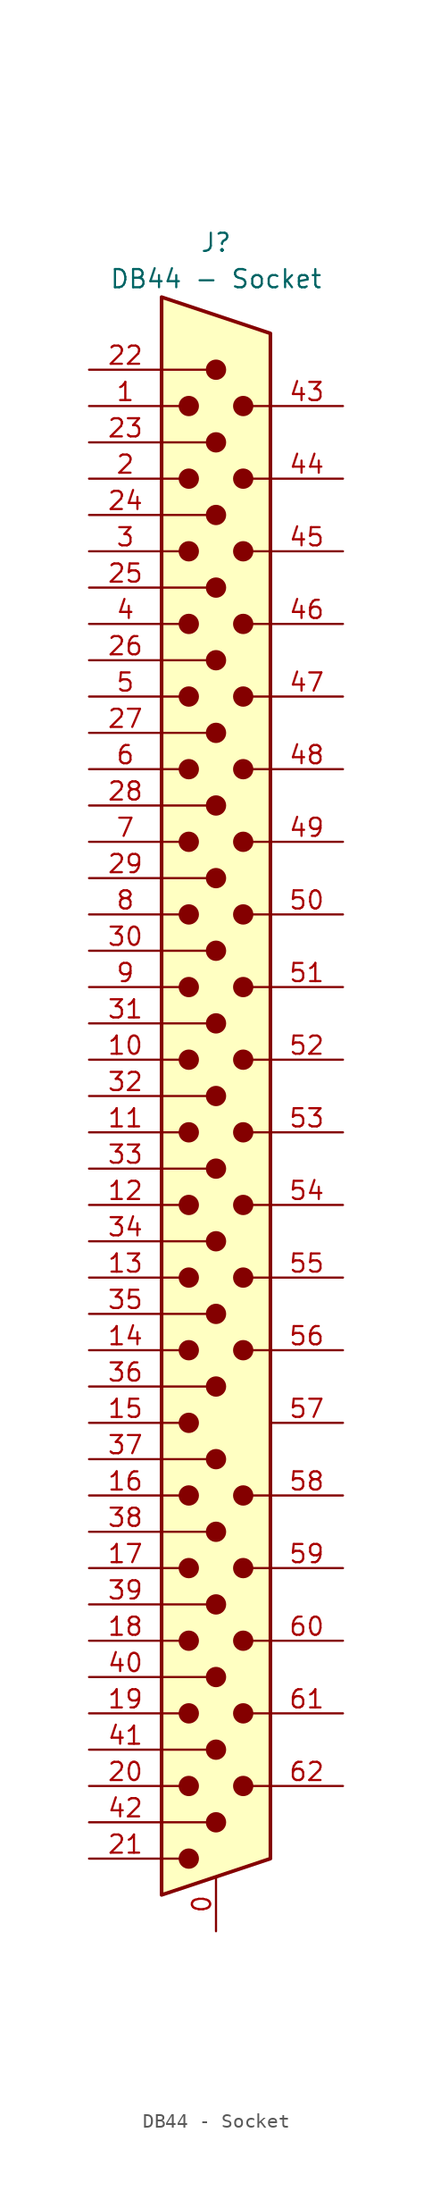
<source format=kicad_sym>
(kicad_symbol_lib
  (version 20211014)
  (generator kicad_symbol_editor)
  (symbol "DB44 - Socket"
    (pin_names
      (offset 1.016) hide)
    (property "Reference" "J"
      (at 0 39.37 0)
      (effects (font (size 1.27 1.27))))
    (property "Value" "DB44 - Socket"
      (at 0 36.83 0)
      (effects (font (size 1.27 1.27))))
    (symbol "DB44 - Socket_0_1"
      (circle (center -1.905 -73.66) (radius 0.635) (stroke (width 0) (type default) (color 0 0 0 0)) (fill (type outline)))
      (circle (center -1.905 -68.58) (radius 0.635) (stroke (width 0) (type default) (color 0 0 0 0)) (fill (type outline)))
      (circle (center -1.905 -63.5) (radius 0.635) (stroke (width 0) (type default) (color 0 0 0 0)) (fill (type outline)))
      (circle (center -1.905 -58.42) (radius 0.635) (stroke (width 0) (type default) (color 0 0 0 0)) (fill (type outline)))
      (circle (center -1.905 -53.34) (radius 0.635) (stroke (width 0) (type default) (color 0 0 0 0)) (fill (type outline)))
      (circle (center -1.905 -48.26) (radius 0.635) (stroke (width 0) (type default) (color 0 0 0 0)) (fill (type outline)))
      (circle (center -1.905 -43.18) (radius 0.635) (stroke (width 0) (type default) (color 0 0 0 0)) (fill (type outline)))
      (circle (center -1.905 -38.1) (radius 0.635) (stroke (width 0) (type default) (color 0 0 0 0)) (fill (type outline)))
      (circle (center -1.905 -33.02) (radius 0.635) (stroke (width 0) (type default) (color 0 0 0 0)) (fill (type outline)))
      (circle (center -1.905 -27.94) (radius 0.635) (stroke (width 0) (type default) (color 0 0 0 0)) (fill (type outline)))
      (circle (center -1.905 -22.86) (radius 0.635) (stroke (width 0) (type default) (color 0 0 0 0)) (fill (type outline)))
      (circle (center -1.905 -17.78) (radius 0.635) (stroke (width 0) (type default) (color 0 0 0 0)) (fill (type outline)))
      (circle (center -1.905 -12.7) (radius 0.635) (stroke (width 0) (type default) (color 0 0 0 0)) (fill (type outline)))
      (circle (center -1.905 -7.62) (radius 0.635) (stroke (width 0) (type default) (color 0 0 0 0)) (fill (type outline)))
      (circle (center -1.905 -2.54) (radius 0.635) (stroke (width 0) (type default) (color 0 0 0 0)) (fill (type outline)))
      (circle (center -1.905 2.54) (radius 0.635) (stroke (width 0) (type default) (color 0 0 0 0)) (fill (type outline)))
      (circle (center -1.905 7.62) (radius 0.635) (stroke (width 0) (type default) (color 0 0 0 0)) (fill (type outline)))
      (circle (center -1.905 12.7) (radius 0.635) (stroke (width 0) (type default) (color 0 0 0 0)) (fill (type outline)))
      (circle (center -1.905 17.78) (radius 0.635) (stroke (width 0) (type default) (color 0 0 0 0)) (fill (type outline)))
      (circle (center -1.905 22.86) (radius 0.635) (stroke (width 0) (type default) (color 0 0 0 0)) (fill (type outline)))
      (circle (center -1.905 27.94) (radius 0.635) (stroke (width 0) (type default) (color 0 0 0 0)) (fill (type outline)))
      (circle (center 0 -71.12) (radius 0.635) (stroke (width 0) (type default) (color 0 0 0 0)) (fill (type outline)))
      (circle (center 0 -66.04) (radius 0.635) (stroke (width 0) (type default) (color 0 0 0 0)) (fill (type outline)))
      (circle (center 0 -60.96) (radius 0.635) (stroke (width 0) (type default) (color 0 0 0 0)) (fill (type outline)))
      (circle (center 0 -55.88) (radius 0.635) (stroke (width 0) (type default) (color 0 0 0 0)) (fill (type outline)))
      (circle (center 0 -50.8) (radius 0.635) (stroke (width 0) (type default) (color 0 0 0 0)) (fill (type outline)))
      (circle (center 0 -45.72) (radius 0.635) (stroke (width 0) (type default) (color 0 0 0 0)) (fill (type outline)))
      (circle (center 0 -40.64) (radius 0.635) (stroke (width 0) (type default) (color 0 0 0 0)) (fill (type outline)))
      (circle (center 0 -35.56) (radius 0.635) (stroke (width 0) (type default) (color 0 0 0 0)) (fill (type outline)))
      (circle (center 0 -30.48) (radius 0.635) (stroke (width 0) (type default) (color 0 0 0 0)) (fill (type outline)))
      (circle (center 0 -25.4) (radius 0.635) (stroke (width 0) (type default) (color 0 0 0 0)) (fill (type outline)))
      (circle (center 0 -20.32) (radius 0.635) (stroke (width 0) (type default) (color 0 0 0 0)) (fill (type outline)))
      (circle (center 0 -15.24) (radius 0.635) (stroke (width 0) (type default) (color 0 0 0 0)) (fill (type outline)))
      (circle (center 0 -10.16) (radius 0.635) (stroke (width 0) (type default) (color 0 0 0 0)) (fill (type outline)))
      (circle (center 0 -5.08) (radius 0.635) (stroke (width 0) (type default) (color 0 0 0 0)) (fill (type outline)))
      (polyline (pts (xy -2.54 -73.66) (xy -3.81 -73.66)) (stroke (width 0) (type default) (color 0 0 0 0)) (fill (type none)))
      (polyline (pts (xy -2.54 -68.58) (xy -3.81 -68.58)) (stroke (width 0) (type default) (color 0 0 0 0)) (fill (type none)))
      (polyline (pts (xy -2.54 -63.5) (xy -3.81 -63.5)) (stroke (width 0) (type default) (color 0 0 0 0)) (fill (type none)))
      (polyline (pts (xy -2.54 -58.42) (xy -3.81 -58.42)) (stroke (width 0) (type default) (color 0 0 0 0)) (fill (type none)))
      (polyline (pts (xy -2.54 -53.34) (xy -3.81 -53.34)) (stroke (width 0) (type default) (color 0 0 0 0)) (fill (type none)))
      (polyline (pts (xy -2.54 -48.26) (xy -3.81 -48.26)) (stroke (width 0) (type default) (color 0 0 0 0)) (fill (type none)))
      (polyline (pts (xy -2.54 -43.18) (xy -3.81 -43.18)) (stroke (width 0) (type default) (color 0 0 0 0)) (fill (type none)))
      (polyline (pts (xy -2.54 -38.1) (xy -3.81 -38.1)) (stroke (width 0) (type default) (color 0 0 0 0)) (fill (type none)))
      (polyline (pts (xy -2.54 -33.02) (xy -3.81 -33.02)) (stroke (width 0) (type default) (color 0 0 0 0)) (fill (type none)))
      (polyline (pts (xy -2.54 -27.94) (xy -3.81 -27.94)) (stroke (width 0) (type default) (color 0 0 0 0)) (fill (type none)))
      (polyline (pts (xy -2.54 -22.86) (xy -3.81 -22.86)) (stroke (width 0) (type default) (color 0 0 0 0)) (fill (type none)))
      (polyline (pts (xy -2.54 -17.78) (xy -3.81 -17.78)) (stroke (width 0) (type default) (color 0 0 0 0)) (fill (type none)))
      (polyline (pts (xy -2.54 -12.7) (xy -3.81 -12.7)) (stroke (width 0) (type default) (color 0 0 0 0)) (fill (type none)))
      (polyline (pts (xy -2.54 -7.62) (xy -3.81 -7.62)) (stroke (width 0) (type default) (color 0 0 0 0)) (fill (type none)))
      (polyline (pts (xy -2.54 -2.54) (xy -3.81 -2.54)) (stroke (width 0) (type default) (color 0 0 0 0)) (fill (type none)))
      (polyline (pts (xy -2.54 2.54) (xy -3.81 2.54)) (stroke (width 0) (type default) (color 0 0 0 0)) (fill (type none)))
      (polyline (pts (xy -2.54 7.62) (xy -3.81 7.62)) (stroke (width 0) (type default) (color 0 0 0 0)) (fill (type none)))
      (polyline (pts (xy -2.54 12.7) (xy -3.81 12.7)) (stroke (width 0) (type default) (color 0 0 0 0)) (fill (type none)))
      (polyline (pts (xy -2.54 17.78) (xy -3.81 17.78)) (stroke (width 0) (type default) (color 0 0 0 0)) (fill (type none)))
      (polyline (pts (xy -2.54 22.86) (xy -3.81 22.86)) (stroke (width 0) (type default) (color 0 0 0 0)) (fill (type none)))
      (polyline (pts (xy -2.54 27.94) (xy -3.81 27.94)) (stroke (width 0) (type default) (color 0 0 0 0)) (fill (type none)))
      (polyline (pts (xy 0 -71.12) (xy -3.81 -71.12)) (stroke (width 0) (type default) (color 0 0 0 0)) (fill (type none)))
      (polyline (pts (xy 0 -66.04) (xy -3.81 -66.04)) (stroke (width 0) (type default) (color 0 0 0 0)) (fill (type none)))
      (polyline (pts (xy 0 -60.96) (xy -3.81 -60.96)) (stroke (width 0) (type default) (color 0 0 0 0)) (fill (type none)))
      (polyline (pts (xy 0 -55.88) (xy -3.81 -55.88)) (stroke (width 0) (type default) (color 0 0 0 0)) (fill (type none)))
      (polyline (pts (xy 0 -50.8) (xy -3.81 -50.8)) (stroke (width 0) (type default) (color 0 0 0 0)) (fill (type none)))
      (polyline (pts (xy 0 -45.72) (xy -3.81 -45.72)) (stroke (width 0) (type default) (color 0 0 0 0)) (fill (type none)))
      (polyline (pts (xy 0 -40.64) (xy -3.81 -40.64)) (stroke (width 0) (type default) (color 0 0 0 0)) (fill (type none)))
      (polyline (pts (xy 0 -35.56) (xy -3.81 -35.56)) (stroke (width 0) (type default) (color 0 0 0 0)) (fill (type none)))
      (polyline (pts (xy 0 -30.48) (xy -3.81 -30.48)) (stroke (width 0) (type default) (color 0 0 0 0)) (fill (type none)))
      (polyline (pts (xy 0 -25.4) (xy -3.81 -25.4)) (stroke (width 0) (type default) (color 0 0 0 0)) (fill (type none)))
      (polyline (pts (xy 0 -20.32) (xy -3.81 -20.32)) (stroke (width 0) (type default) (color 0 0 0 0)) (fill (type none)))
      (polyline (pts (xy 0 -15.24) (xy -3.81 -15.24)) (stroke (width 0) (type default) (color 0 0 0 0)) (fill (type none)))
      (polyline (pts (xy 0 -10.16) (xy -3.81 -10.16)) (stroke (width 0) (type default) (color 0 0 0 0)) (fill (type none)))
      (polyline (pts (xy 0 -5.08) (xy -3.81 -5.08)) (stroke (width 0) (type default) (color 0 0 0 0)) (fill (type none)))
      (polyline (pts (xy 0 0) (xy -3.81 0)) (stroke (width 0) (type default) (color 0 0 0 0)) (fill (type none)))
      (polyline (pts (xy 0 5.08) (xy -3.81 5.08)) (stroke (width 0) (type default) (color 0 0 0 0)) (fill (type none)))
      (polyline (pts (xy 0 10.16) (xy -3.81 10.16)) (stroke (width 0) (type default) (color 0 0 0 0)) (fill (type none)))
      (polyline (pts (xy 0 15.24) (xy -3.81 15.24)) (stroke (width 0) (type default) (color 0 0 0 0)) (fill (type none)))
      (polyline (pts (xy 0 20.32) (xy -3.81 20.32)) (stroke (width 0) (type default) (color 0 0 0 0)) (fill (type none)))
      (polyline (pts (xy 0 25.4) (xy -3.81 25.4)) (stroke (width 0) (type default) (color 0 0 0 0)) (fill (type none)))
      (polyline (pts (xy 0 30.48) (xy -3.81 30.48)) (stroke (width 0) (type default) (color 0 0 0 0)) (fill (type none)))
      (polyline (pts (xy 3.81 -68.58) (xy 2.54 -68.58)) (stroke (width 0) (type default) (color 0 0 0 0)) (fill (type none)))
      (polyline (pts (xy 3.81 -63.5) (xy 2.54 -63.5)) (stroke (width 0) (type default) (color 0 0 0 0)) (fill (type none)))
      (polyline (pts (xy 3.81 -58.42) (xy 2.54 -58.42)) (stroke (width 0) (type default) (color 0 0 0 0)) (fill (type none)))
      (polyline (pts (xy 3.81 -53.34) (xy 2.54 -53.34)) (stroke (width 0) (type default) (color 0 0 0 0)) (fill (type none)))
      (polyline (pts (xy 3.81 -48.26) (xy 2.54 -48.26)) (stroke (width 0) (type default) (color 0 0 0 0)) (fill (type none)))
      (polyline (pts (xy 3.81 -38.1) (xy 2.54 -38.1)) (stroke (width 0) (type default) (color 0 0 0 0)) (fill (type none)))
      (polyline (pts (xy 3.81 -33.02) (xy 2.54 -33.02)) (stroke (width 0) (type default) (color 0 0 0 0)) (fill (type none)))
      (polyline (pts (xy 3.81 -27.94) (xy 2.54 -27.94)) (stroke (width 0) (type default) (color 0 0 0 0)) (fill (type none)))
      (polyline (pts (xy 3.81 -22.86) (xy 2.54 -22.86)) (stroke (width 0) (type default) (color 0 0 0 0)) (fill (type none)))
      (polyline (pts (xy 3.81 -17.78) (xy 2.54 -17.78)) (stroke (width 0) (type default) (color 0 0 0 0)) (fill (type none)))
      (polyline (pts (xy 3.81 -12.7) (xy 2.54 -12.7)) (stroke (width 0) (type default) (color 0 0 0 0)) (fill (type none)))
      (polyline (pts (xy 3.81 -7.62) (xy 2.54 -7.62)) (stroke (width 0) (type default) (color 0 0 0 0)) (fill (type none)))
      (polyline (pts (xy 3.81 -2.54) (xy 2.54 -2.54)) (stroke (width 0) (type default) (color 0 0 0 0)) (fill (type none)))
      (polyline (pts (xy 3.81 2.54) (xy 2.54 2.54)) (stroke (width 0) (type default) (color 0 0 0 0)) (fill (type none)))
      (polyline (pts (xy 3.81 7.62) (xy 2.54 7.62)) (stroke (width 0) (type default) (color 0 0 0 0)) (fill (type none)))
      (polyline (pts (xy 3.81 12.7) (xy 2.54 12.7)) (stroke (width 0) (type default) (color 0 0 0 0)) (fill (type none)))
      (polyline (pts (xy 3.81 17.78) (xy 2.54 17.78)) (stroke (width 0) (type default) (color 0 0 0 0)) (fill (type none)))
      (polyline (pts (xy 3.81 22.86) (xy 2.54 22.86)) (stroke (width 0) (type default) (color 0 0 0 0)) (fill (type none)))
      (polyline (pts (xy 3.81 27.94) (xy 2.54 27.94)) (stroke (width 0) (type default) (color 0 0 0 0)) (fill (type none)))
      (polyline (pts (xy -3.81 35.56) (xy -3.81 -76.2) (xy 3.81 -73.66) (xy 3.81 33.02) (xy -3.81 35.56)) (stroke (width 0.254) (type default) (color 0 0 0 0)) (fill (type background)))
      (circle (center 0 0) (radius 0.635) (stroke (width 0) (type default) (color 0 0 0 0)) (fill (type outline)))
      (circle (center 0 5.08) (radius 0.635) (stroke (width 0) (type default) (color 0 0 0 0)) (fill (type outline)))
      (circle (center 0 10.16) (radius 0.635) (stroke (width 0) (type default) (color 0 0 0 0)) (fill (type outline)))
      (circle (center 0 15.24) (radius 0.635) (stroke (width 0) (type default) (color 0 0 0 0)) (fill (type outline)))
      (circle (center 0 20.32) (radius 0.635) (stroke (width 0) (type default) (color 0 0 0 0)) (fill (type outline)))
      (circle (center 0 25.4) (radius 0.635) (stroke (width 0) (type default) (color 0 0 0 0)) (fill (type outline)))
      (circle (center 0 30.48) (radius 0.635) (stroke (width 0) (type default) (color 0 0 0 0)) (fill (type outline)))
      (circle (center 1.905 -68.58) (radius 0.635) (stroke (width 0) (type default) (color 0 0 0 0)) (fill (type outline)))
      (circle (center 1.905 -63.5) (radius 0.635) (stroke (width 0) (type default) (color 0 0 0 0)) (fill (type outline)))
      (circle (center 1.905 -58.42) (radius 0.635) (stroke (width 0) (type default) (color 0 0 0 0)) (fill (type outline)))
      (circle (center 1.905 -53.34) (radius 0.635) (stroke (width 0) (type default) (color 0 0 0 0)) (fill (type outline)))
      (circle (center 1.905 -48.26) (radius 0.635) (stroke (width 0) (type default) (color 0 0 0 0)) (fill (type outline)))
      (circle (center 1.905 -38.1) (radius 0.635) (stroke (width 0) (type default) (color 0 0 0 0)) (fill (type outline)))
      (circle (center 1.905 -33.02) (radius 0.635) (stroke (width 0) (type default) (color 0 0 0 0)) (fill (type outline)))
      (circle (center 1.905 -27.94) (radius 0.635) (stroke (width 0) (type default) (color 0 0 0 0)) (fill (type outline)))
      (circle (center 1.905 -22.86) (radius 0.635) (stroke (width 0) (type default) (color 0 0 0 0)) (fill (type outline)))
      (circle (center 1.905 -17.78) (radius 0.635) (stroke (width 0) (type default) (color 0 0 0 0)) (fill (type outline)))
      (circle (center 1.905 -12.7) (radius 0.635) (stroke (width 0) (type default) (color 0 0 0 0)) (fill (type outline)))
      (circle (center 1.905 -7.62) (radius 0.635) (stroke (width 0) (type default) (color 0 0 0 0)) (fill (type outline)))
      (circle (center 1.905 -2.54) (radius 0.635) (stroke (width 0) (type default) (color 0 0 0 0)) (fill (type outline)))
      (circle (center 1.905 2.54) (radius 0.635) (stroke (width 0) (type default) (color 0 0 0 0)) (fill (type outline)))
      (circle (center 1.905 7.62) (radius 0.635) (stroke (width 0) (type default) (color 0 0 0 0)) (fill (type outline)))
      (circle (center 1.905 12.7) (radius 0.635) (stroke (width 0) (type default) (color 0 0 0 0)) (fill (type outline)))
      (circle (center 1.905 17.78) (radius 0.635) (stroke (width 0) (type default) (color 0 0 0 0)) (fill (type outline)))
      (circle (center 1.905 22.86) (radius 0.635) (stroke (width 0) (type default) (color 0 0 0 0)) (fill (type outline)))
      (circle (center 1.905 27.94) (radius 0.635) (stroke (width 0) (type default) (color 0 0 0 0)) (fill (type outline))))
    (symbol "DB44 - Socket_1_1"
      (pin passive line (at 0 -78.74 90) (length 3.81) (name "0" (effects (font (size 1.27 1.27)))) (number "0" (effects (font (size 1.27 1.27)))))
      (pin passive line (at -8.89 27.94 0) (length 5.08) (name "1" (effects (font (size 1.27 1.27)))) (number "1" (effects (font (size 1.27 1.27)))))
      (pin passive line (at -8.89 -17.78 0) (length 5.08) (name "10" (effects (font (size 1.27 1.27)))) (number "10" (effects (font (size 1.27 1.27)))))
      (pin passive line (at -8.89 -22.86 0) (length 5.08) (name "11" (effects (font (size 1.27 1.27)))) (number "11" (effects (font (size 1.27 1.27)))))
      (pin passive line (at -8.89 -27.94 0) (length 5.08) (name "12" (effects (font (size 1.27 1.27)))) (number "12" (effects (font (size 1.27 1.27)))))
      (pin passive line (at -8.89 -33.02 0) (length 5.08) (name "13" (effects (font (size 1.27 1.27)))) (number "13" (effects (font (size 1.27 1.27)))))
      (pin passive line (at -8.89 -38.1 0) (length 5.08) (name "14" (effects (font (size 1.27 1.27)))) (number "14" (effects (font (size 1.27 1.27)))))
      (pin passive line (at -8.89 -43.18 0) (length 5.08) (name "15" (effects (font (size 1.27 1.27)))) (number "15" (effects (font (size 1.27 1.27)))))
      (pin passive line (at -8.89 -48.26 0) (length 5.08) (name "16" (effects (font (size 1.27 1.27)))) (number "16" (effects (font (size 1.27 1.27)))))
      (pin passive line (at -8.89 -53.34 0) (length 5.08) (name "17" (effects (font (size 1.27 1.27)))) (number "17" (effects (font (size 1.27 1.27)))))
      (pin passive line (at -8.89 -58.42 0) (length 5.08) (name "18" (effects (font (size 1.27 1.27)))) (number "18" (effects (font (size 1.27 1.27)))))
      (pin passive line (at -8.89 -63.5 0) (length 5.08) (name "19" (effects (font (size 1.27 1.27)))) (number "19" (effects (font (size 1.27 1.27)))))
      (pin passive line (at -8.89 22.86 0) (length 5.08) (name "2" (effects (font (size 1.27 1.27)))) (number "2" (effects (font (size 1.27 1.27)))))
      (pin passive line (at -8.89 -68.58 0) (length 5.08) (name "20" (effects (font (size 1.27 1.27)))) (number "20" (effects (font (size 1.27 1.27)))))
      (pin passive line (at -8.89 -73.66 0) (length 5.08) (name "21" (effects (font (size 1.27 1.27)))) (number "21" (effects (font (size 1.27 1.27)))))
      (pin passive line (at -8.89 30.48 0) (length 5.08) (name "22" (effects (font (size 1.27 1.27)))) (number "22" (effects (font (size 1.27 1.27)))))
      (pin passive line (at -8.89 25.4 0) (length 5.08) (name "23" (effects (font (size 1.27 1.27)))) (number "23" (effects (font (size 1.27 1.27)))))
      (pin passive line (at -8.89 20.32 0) (length 5.08) (name "24" (effects (font (size 1.27 1.27)))) (number "24" (effects (font (size 1.27 1.27)))))
      (pin passive line (at -8.89 15.24 0) (length 5.08) (name "25" (effects (font (size 1.27 1.27)))) (number "25" (effects (font (size 1.27 1.27)))))
      (pin passive line (at -8.89 10.16 0) (length 5.08) (name "26" (effects (font (size 1.27 1.27)))) (number "26" (effects (font (size 1.27 1.27)))))
      (pin passive line (at -8.89 5.08 0) (length 5.08) (name "27" (effects (font (size 1.27 1.27)))) (number "27" (effects (font (size 1.27 1.27)))))
      (pin passive line (at -8.89 0 0) (length 5.08) (name "28" (effects (font (size 1.27 1.27)))) (number "28" (effects (font (size 1.27 1.27)))))
      (pin passive line (at -8.89 -5.08 0) (length 5.08) (name "29" (effects (font (size 1.27 1.27)))) (number "29" (effects (font (size 1.27 1.27)))))
      (pin passive line (at -8.89 17.78 0) (length 5.08) (name "3" (effects (font (size 1.27 1.27)))) (number "3" (effects (font (size 1.27 1.27)))))
      (pin passive line (at -8.89 -10.16 0) (length 5.08) (name "30" (effects (font (size 1.27 1.27)))) (number "30" (effects (font (size 1.27 1.27)))))
      (pin passive line (at -8.89 -15.24 0) (length 5.08) (name "31" (effects (font (size 1.27 1.27)))) (number "31" (effects (font (size 1.27 1.27)))))
      (pin passive line (at -8.89 -20.32 0) (length 5.08) (name "32" (effects (font (size 1.27 1.27)))) (number "32" (effects (font (size 1.27 1.27)))))
      (pin passive line (at -8.89 -25.4 0) (length 5.08) (name "33" (effects (font (size 1.27 1.27)))) (number "33" (effects (font (size 1.27 1.27)))))
      (pin passive line (at -8.89 -30.48 0) (length 5.08) (name "34" (effects (font (size 1.27 1.27)))) (number "34" (effects (font (size 1.27 1.27)))))
      (pin passive line (at -8.89 -35.56 0) (length 5.08) (name "35" (effects (font (size 1.27 1.27)))) (number "35" (effects (font (size 1.27 1.27)))))
      (pin passive line (at -8.89 -40.64 0) (length 5.08) (name "36" (effects (font (size 1.27 1.27)))) (number "36" (effects (font (size 1.27 1.27)))))
      (pin passive line (at -8.89 -45.72 0) (length 5.08) (name "37" (effects (font (size 1.27 1.27)))) (number "37" (effects (font (size 1.27 1.27)))))
      (pin passive line (at -8.89 -50.8 0) (length 5.08) (name "38" (effects (font (size 1.27 1.27)))) (number "38" (effects (font (size 1.27 1.27)))))
      (pin passive line (at -8.89 -55.88 0) (length 5.08) (name "39" (effects (font (size 1.27 1.27)))) (number "39" (effects (font (size 1.27 1.27)))))
      (pin passive line (at -8.89 12.7 0) (length 5.08) (name "4" (effects (font (size 1.27 1.27)))) (number "4" (effects (font (size 1.27 1.27)))))
      (pin passive line (at -8.89 -60.96 0) (length 5.08) (name "40" (effects (font (size 1.27 1.27)))) (number "40" (effects (font (size 1.27 1.27)))))
      (pin passive line (at -8.89 -66.04 0) (length 5.08) (name "41" (effects (font (size 1.27 1.27)))) (number "41" (effects (font (size 1.27 1.27)))))
      (pin passive line (at -8.89 -71.12 0) (length 5.08) (name "42" (effects (font (size 1.27 1.27)))) (number "42" (effects (font (size 1.27 1.27)))))
      (pin passive line (at 8.89 27.94 180) (length 5.08) (name "43" (effects (font (size 1.27 1.27)))) (number "43" (effects (font (size 1.27 1.27)))))
      (pin passive line (at 8.89 22.86 180) (length 5.08) (name "44" (effects (font (size 1.27 1.27)))) (number "44" (effects (font (size 1.27 1.27)))))
      (pin passive line (at 8.89 17.78 180) (length 5.08) (name "45" (effects (font (size 1.27 1.27)))) (number "45" (effects (font (size 1.27 1.27)))))
      (pin passive line (at 8.89 12.7 180) (length 5.08) (name "46" (effects (font (size 1.27 1.27)))) (number "46" (effects (font (size 1.27 1.27)))))
      (pin passive line (at 8.89 7.62 180) (length 5.08) (name "47" (effects (font (size 1.27 1.27)))) (number "47" (effects (font (size 1.27 1.27)))))
      (pin passive line (at 8.89 2.54 180) (length 5.08) (name "48" (effects (font (size 1.27 1.27)))) (number "48" (effects (font (size 1.27 1.27)))))
      (pin passive line (at 8.89 -2.54 180) (length 5.08) (name "49" (effects (font (size 1.27 1.27)))) (number "49" (effects (font (size 1.27 1.27)))))
      (pin passive line (at -8.89 7.62 0) (length 5.08) (name "5" (effects (font (size 1.27 1.27)))) (number "5" (effects (font (size 1.27 1.27)))))
      (pin passive line (at 8.89 -7.62 180) (length 5.08) (name "50" (effects (font (size 1.27 1.27)))) (number "50" (effects (font (size 1.27 1.27)))))
      (pin passive line (at 8.89 -12.7 180) (length 5.08) (name "51" (effects (font (size 1.27 1.27)))) (number "51" (effects (font (size 1.27 1.27)))))
      (pin passive line (at 8.89 -17.78 180) (length 5.08) (name "52" (effects (font (size 1.27 1.27)))) (number "52" (effects (font (size 1.27 1.27)))))
      (pin passive line (at 8.89 -22.86 180) (length 5.08) (name "53" (effects (font (size 1.27 1.27)))) (number "53" (effects (font (size 1.27 1.27)))))
      (pin passive line (at 8.89 -27.94 180) (length 5.08) (name "54" (effects (font (size 1.27 1.27)))) (number "54" (effects (font (size 1.27 1.27)))))
      (pin passive line (at 8.89 -33.02 180) (length 5.08) (name "55" (effects (font (size 1.27 1.27)))) (number "55" (effects (font (size 1.27 1.27)))))
      (pin passive line (at 8.89 -38.1 180) (length 5.08) (name "56" (effects (font (size 1.27 1.27)))) (number "56" (effects (font (size 1.27 1.27)))))
      (pin passive line (at 8.89 -43.18 180) (length 5.08) (name "57" (effects (font (size 1.27 1.27)))) (number "57" (effects (font (size 1.27 1.27)))))
      (pin passive line (at 8.89 -48.26 180) (length 5.08) (name "58" (effects (font (size 1.27 1.27)))) (number "58" (effects (font (size 1.27 1.27)))))
      (pin passive line (at 8.89 -53.34 180) (length 5.08) (name "59" (effects (font (size 1.27 1.27)))) (number "59" (effects (font (size 1.27 1.27)))))
      (pin passive line (at -8.89 2.54 0) (length 5.08) (name "6" (effects (font (size 1.27 1.27)))) (number "6" (effects (font (size 1.27 1.27)))))
      (pin passive line (at 8.89 -58.42 180) (length 5.08) (name "60" (effects (font (size 1.27 1.27)))) (number "60" (effects (font (size 1.27 1.27)))))
      (pin passive line (at 8.89 -63.5 180) (length 5.08) (name "61" (effects (font (size 1.27 1.27)))) (number "61" (effects (font (size 1.27 1.27)))))
      (pin passive line (at 8.89 -68.58 180) (length 5.08) (name "62" (effects (font (size 1.27 1.27)))) (number "62" (effects (font (size 1.27 1.27)))))
      (pin passive line (at -8.89 -2.54 0) (length 5.08) (name "7" (effects (font (size 1.27 1.27)))) (number "7" (effects (font (size 1.27 1.27)))))
      (pin passive line (at -8.89 -7.62 0) (length 5.08) (name "8" (effects (font (size 1.27 1.27)))) (number "8" (effects (font (size 1.27 1.27)))))
      (pin passive line (at -8.89 -12.7 0) (length 5.08) (name "9" (effects (font (size 1.27 1.27)))) (number "9" (effects (font (size 1.27 1.27))))))))
</source>
